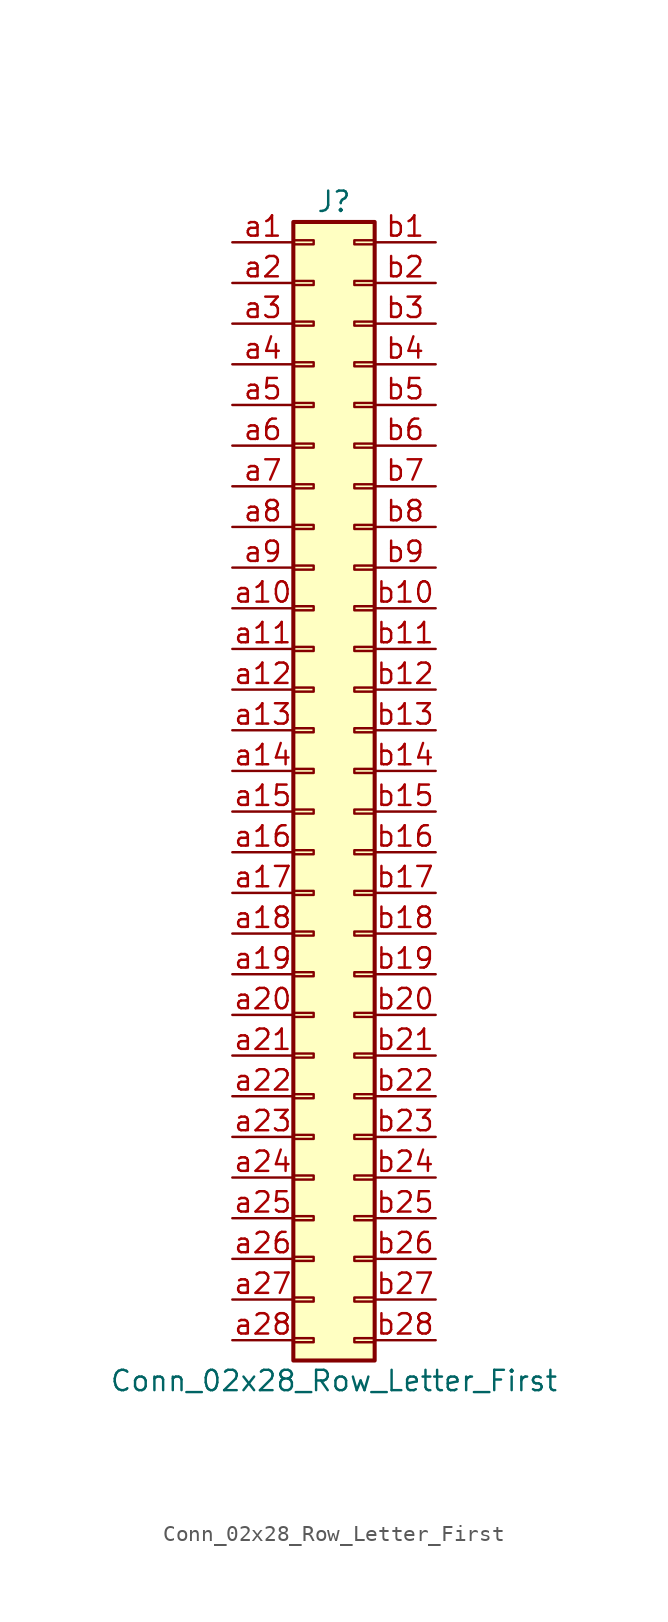
<source format=kicad_sym>
(kicad_symbol_lib
  (version 20211014)
  (generator kicad_symbol_editor)
  (symbol "Conn_02x28_Row_Letter_First"
    (pin_names
      (offset 1.016) hide)
    (property "Reference" "J"
      (at 1.27 35.56 0)
      (effects (font (size 1.27 1.27))))
    (property "Value" "Conn_02x28_Row_Letter_First"
      (at 1.27 -38.1 0)
      (effects (font (size 1.27 1.27))))
    (symbol "Conn_02x28_Row_Letter_First_1_1"
      (rectangle (start -1.27 -35.433) (end 0 -35.687) (stroke (width 0.152) (type default) (color 0 0 0 0)) (fill (type none)))
      (rectangle (start -1.27 -32.893) (end 0 -33.147) (stroke (width 0.152) (type default) (color 0 0 0 0)) (fill (type none)))
      (rectangle (start -1.27 -30.353) (end 0 -30.607) (stroke (width 0.152) (type default) (color 0 0 0 0)) (fill (type none)))
      (rectangle (start -1.27 -27.813) (end 0 -28.067) (stroke (width 0.152) (type default) (color 0 0 0 0)) (fill (type none)))
      (rectangle (start -1.27 -25.273) (end 0 -25.527) (stroke (width 0.152) (type default) (color 0 0 0 0)) (fill (type none)))
      (rectangle (start -1.27 -22.733) (end 0 -22.987) (stroke (width 0.152) (type default) (color 0 0 0 0)) (fill (type none)))
      (rectangle (start -1.27 -20.193) (end 0 -20.447) (stroke (width 0.152) (type default) (color 0 0 0 0)) (fill (type none)))
      (rectangle (start -1.27 -17.653) (end 0 -17.907) (stroke (width 0.152) (type default) (color 0 0 0 0)) (fill (type none)))
      (rectangle (start -1.27 -15.113) (end 0 -15.367) (stroke (width 0.152) (type default) (color 0 0 0 0)) (fill (type none)))
      (rectangle (start -1.27 -12.573) (end 0 -12.827) (stroke (width 0.152) (type default) (color 0 0 0 0)) (fill (type none)))
      (rectangle (start -1.27 -10.033) (end 0 -10.287) (stroke (width 0.152) (type default) (color 0 0 0 0)) (fill (type none)))
      (rectangle (start -1.27 -7.493) (end 0 -7.747) (stroke (width 0.152) (type default) (color 0 0 0 0)) (fill (type none)))
      (rectangle (start -1.27 -4.953) (end 0 -5.207) (stroke (width 0.152) (type default) (color 0 0 0 0)) (fill (type none)))
      (rectangle (start -1.27 -2.413) (end 0 -2.667) (stroke (width 0.152) (type default) (color 0 0 0 0)) (fill (type none)))
      (rectangle (start -1.27 0.127) (end 0 -0.127) (stroke (width 0.152) (type default) (color 0 0 0 0)) (fill (type none)))
      (rectangle (start -1.27 2.667) (end 0 2.413) (stroke (width 0.152) (type default) (color 0 0 0 0)) (fill (type none)))
      (rectangle (start -1.27 5.207) (end 0 4.953) (stroke (width 0.152) (type default) (color 0 0 0 0)) (fill (type none)))
      (rectangle (start -1.27 7.747) (end 0 7.493) (stroke (width 0.152) (type default) (color 0 0 0 0)) (fill (type none)))
      (rectangle (start -1.27 10.287) (end 0 10.033) (stroke (width 0.152) (type default) (color 0 0 0 0)) (fill (type none)))
      (rectangle (start -1.27 12.827) (end 0 12.573) (stroke (width 0.152) (type default) (color 0 0 0 0)) (fill (type none)))
      (rectangle (start -1.27 15.367) (end 0 15.113) (stroke (width 0.152) (type default) (color 0 0 0 0)) (fill (type none)))
      (rectangle (start -1.27 17.907) (end 0 17.653) (stroke (width 0.152) (type default) (color 0 0 0 0)) (fill (type none)))
      (rectangle (start -1.27 20.447) (end 0 20.193) (stroke (width 0.152) (type default) (color 0 0 0 0)) (fill (type none)))
      (rectangle (start -1.27 22.987) (end 0 22.733) (stroke (width 0.152) (type default) (color 0 0 0 0)) (fill (type none)))
      (rectangle (start -1.27 25.527) (end 0 25.273) (stroke (width 0.152) (type default) (color 0 0 0 0)) (fill (type none)))
      (rectangle (start -1.27 28.067) (end 0 27.813) (stroke (width 0.152) (type default) (color 0 0 0 0)) (fill (type none)))
      (rectangle (start -1.27 30.607) (end 0 30.353) (stroke (width 0.152) (type default) (color 0 0 0 0)) (fill (type none)))
      (rectangle (start -1.27 33.147) (end 0 32.893) (stroke (width 0.152) (type default) (color 0 0 0 0)) (fill (type none)))
      (rectangle (start -1.27 34.29) (end 3.81 -36.83) (stroke (width 0.254) (type default) (color 0 0 0 0)) (fill (type background)))
      (rectangle (start 3.81 -35.433) (end 2.54 -35.687) (stroke (width 0.152) (type default) (color 0 0 0 0)) (fill (type none)))
      (rectangle (start 3.81 -32.893) (end 2.54 -33.147) (stroke (width 0.152) (type default) (color 0 0 0 0)) (fill (type none)))
      (rectangle (start 3.81 -30.353) (end 2.54 -30.607) (stroke (width 0.152) (type default) (color 0 0 0 0)) (fill (type none)))
      (rectangle (start 3.81 -27.813) (end 2.54 -28.067) (stroke (width 0.152) (type default) (color 0 0 0 0)) (fill (type none)))
      (rectangle (start 3.81 -25.273) (end 2.54 -25.527) (stroke (width 0.152) (type default) (color 0 0 0 0)) (fill (type none)))
      (rectangle (start 3.81 -22.733) (end 2.54 -22.987) (stroke (width 0.152) (type default) (color 0 0 0 0)) (fill (type none)))
      (rectangle (start 3.81 -20.193) (end 2.54 -20.447) (stroke (width 0.152) (type default) (color 0 0 0 0)) (fill (type none)))
      (rectangle (start 3.81 -17.653) (end 2.54 -17.907) (stroke (width 0.152) (type default) (color 0 0 0 0)) (fill (type none)))
      (rectangle (start 3.81 -15.113) (end 2.54 -15.367) (stroke (width 0.152) (type default) (color 0 0 0 0)) (fill (type none)))
      (rectangle (start 3.81 -12.573) (end 2.54 -12.827) (stroke (width 0.152) (type default) (color 0 0 0 0)) (fill (type none)))
      (rectangle (start 3.81 -10.033) (end 2.54 -10.287) (stroke (width 0.152) (type default) (color 0 0 0 0)) (fill (type none)))
      (rectangle (start 3.81 -7.493) (end 2.54 -7.747) (stroke (width 0.152) (type default) (color 0 0 0 0)) (fill (type none)))
      (rectangle (start 3.81 -4.953) (end 2.54 -5.207) (stroke (width 0.152) (type default) (color 0 0 0 0)) (fill (type none)))
      (rectangle (start 3.81 -2.413) (end 2.54 -2.667) (stroke (width 0.152) (type default) (color 0 0 0 0)) (fill (type none)))
      (rectangle (start 3.81 0.127) (end 2.54 -0.127) (stroke (width 0.152) (type default) (color 0 0 0 0)) (fill (type none)))
      (rectangle (start 3.81 2.667) (end 2.54 2.413) (stroke (width 0.152) (type default) (color 0 0 0 0)) (fill (type none)))
      (rectangle (start 3.81 5.207) (end 2.54 4.953) (stroke (width 0.152) (type default) (color 0 0 0 0)) (fill (type none)))
      (rectangle (start 3.81 7.747) (end 2.54 7.493) (stroke (width 0.152) (type default) (color 0 0 0 0)) (fill (type none)))
      (rectangle (start 3.81 10.287) (end 2.54 10.033) (stroke (width 0.152) (type default) (color 0 0 0 0)) (fill (type none)))
      (rectangle (start 3.81 12.827) (end 2.54 12.573) (stroke (width 0.152) (type default) (color 0 0 0 0)) (fill (type none)))
      (rectangle (start 3.81 15.367) (end 2.54 15.113) (stroke (width 0.152) (type default) (color 0 0 0 0)) (fill (type none)))
      (rectangle (start 3.81 17.907) (end 2.54 17.653) (stroke (width 0.152) (type default) (color 0 0 0 0)) (fill (type none)))
      (rectangle (start 3.81 20.447) (end 2.54 20.193) (stroke (width 0.152) (type default) (color 0 0 0 0)) (fill (type none)))
      (rectangle (start 3.81 22.987) (end 2.54 22.733) (stroke (width 0.152) (type default) (color 0 0 0 0)) (fill (type none)))
      (rectangle (start 3.81 25.527) (end 2.54 25.273) (stroke (width 0.152) (type default) (color 0 0 0 0)) (fill (type none)))
      (rectangle (start 3.81 28.067) (end 2.54 27.813) (stroke (width 0.152) (type default) (color 0 0 0 0)) (fill (type none)))
      (rectangle (start 3.81 30.607) (end 2.54 30.353) (stroke (width 0.152) (type default) (color 0 0 0 0)) (fill (type none)))
      (rectangle (start 3.81 33.147) (end 2.54 32.893) (stroke (width 0.152) (type default) (color 0 0 0 0)) (fill (type none)))
      (pin passive line (at -5.08 33.02 0) (length 3.81) (name "Pin_a1" (effects (font (size 1.27 1.27)))) (number "a1" (effects (font (size 1.27 1.27)))))
      (pin passive line (at -5.08 10.16 0) (length 3.81) (name "Pin_a10" (effects (font (size 1.27 1.27)))) (number "a10" (effects (font (size 1.27 1.27)))))
      (pin passive line (at -5.08 7.62 0) (length 3.81) (name "Pin_a11" (effects (font (size 1.27 1.27)))) (number "a11" (effects (font (size 1.27 1.27)))))
      (pin passive line (at -5.08 5.08 0) (length 3.81) (name "Pin_a12" (effects (font (size 1.27 1.27)))) (number "a12" (effects (font (size 1.27 1.27)))))
      (pin passive line (at -5.08 2.54 0) (length 3.81) (name "Pin_a13" (effects (font (size 1.27 1.27)))) (number "a13" (effects (font (size 1.27 1.27)))))
      (pin passive line (at -5.08 0 0) (length 3.81) (name "Pin_a14" (effects (font (size 1.27 1.27)))) (number "a14" (effects (font (size 1.27 1.27)))))
      (pin passive line (at -5.08 -2.54 0) (length 3.81) (name "Pin_a15" (effects (font (size 1.27 1.27)))) (number "a15" (effects (font (size 1.27 1.27)))))
      (pin passive line (at -5.08 -5.08 0) (length 3.81) (name "Pin_a16" (effects (font (size 1.27 1.27)))) (number "a16" (effects (font (size 1.27 1.27)))))
      (pin passive line (at -5.08 -7.62 0) (length 3.81) (name "Pin_a17" (effects (font (size 1.27 1.27)))) (number "a17" (effects (font (size 1.27 1.27)))))
      (pin passive line (at -5.08 -10.16 0) (length 3.81) (name "Pin_a18" (effects (font (size 1.27 1.27)))) (number "a18" (effects (font (size 1.27 1.27)))))
      (pin passive line (at -5.08 -12.7 0) (length 3.81) (name "Pin_a19" (effects (font (size 1.27 1.27)))) (number "a19" (effects (font (size 1.27 1.27)))))
      (pin passive line (at -5.08 30.48 0) (length 3.81) (name "Pin_a2" (effects (font (size 1.27 1.27)))) (number "a2" (effects (font (size 1.27 1.27)))))
      (pin passive line (at -5.08 -15.24 0) (length 3.81) (name "Pin_a20" (effects (font (size 1.27 1.27)))) (number "a20" (effects (font (size 1.27 1.27)))))
      (pin passive line (at -5.08 -17.78 0) (length 3.81) (name "Pin_a21" (effects (font (size 1.27 1.27)))) (number "a21" (effects (font (size 1.27 1.27)))))
      (pin passive line (at -5.08 -20.32 0) (length 3.81) (name "Pin_a22" (effects (font (size 1.27 1.27)))) (number "a22" (effects (font (size 1.27 1.27)))))
      (pin passive line (at -5.08 -22.86 0) (length 3.81) (name "Pin_a23" (effects (font (size 1.27 1.27)))) (number "a23" (effects (font (size 1.27 1.27)))))
      (pin passive line (at -5.08 -25.4 0) (length 3.81) (name "Pin_a24" (effects (font (size 1.27 1.27)))) (number "a24" (effects (font (size 1.27 1.27)))))
      (pin passive line (at -5.08 -27.94 0) (length 3.81) (name "Pin_a25" (effects (font (size 1.27 1.27)))) (number "a25" (effects (font (size 1.27 1.27)))))
      (pin passive line (at -5.08 -30.48 0) (length 3.81) (name "Pin_a26" (effects (font (size 1.27 1.27)))) (number "a26" (effects (font (size 1.27 1.27)))))
      (pin passive line (at -5.08 -33.02 0) (length 3.81) (name "Pin_a27" (effects (font (size 1.27 1.27)))) (number "a27" (effects (font (size 1.27 1.27)))))
      (pin passive line (at -5.08 -35.56 0) (length 3.81) (name "Pin_a28" (effects (font (size 1.27 1.27)))) (number "a28" (effects (font (size 1.27 1.27)))))
      (pin passive line (at -5.08 27.94 0) (length 3.81) (name "Pin_a3" (effects (font (size 1.27 1.27)))) (number "a3" (effects (font (size 1.27 1.27)))))
      (pin passive line (at -5.08 25.4 0) (length 3.81) (name "Pin_a4" (effects (font (size 1.27 1.27)))) (number "a4" (effects (font (size 1.27 1.27)))))
      (pin passive line (at -5.08 22.86 0) (length 3.81) (name "Pin_a5" (effects (font (size 1.27 1.27)))) (number "a5" (effects (font (size 1.27 1.27)))))
      (pin passive line (at -5.08 20.32 0) (length 3.81) (name "Pin_a6" (effects (font (size 1.27 1.27)))) (number "a6" (effects (font (size 1.27 1.27)))))
      (pin passive line (at -5.08 17.78 0) (length 3.81) (name "Pin_a7" (effects (font (size 1.27 1.27)))) (number "a7" (effects (font (size 1.27 1.27)))))
      (pin passive line (at -5.08 15.24 0) (length 3.81) (name "Pin_a8" (effects (font (size 1.27 1.27)))) (number "a8" (effects (font (size 1.27 1.27)))))
      (pin passive line (at -5.08 12.7 0) (length 3.81) (name "Pin_a9" (effects (font (size 1.27 1.27)))) (number "a9" (effects (font (size 1.27 1.27)))))
      (pin passive line (at 7.62 33.02 180) (length 3.81) (name "Pin_b1" (effects (font (size 1.27 1.27)))) (number "b1" (effects (font (size 1.27 1.27)))))
      (pin passive line (at 7.62 10.16 180) (length 3.81) (name "Pin_b10" (effects (font (size 1.27 1.27)))) (number "b10" (effects (font (size 1.27 1.27)))))
      (pin passive line (at 7.62 7.62 180) (length 3.81) (name "Pin_b11" (effects (font (size 1.27 1.27)))) (number "b11" (effects (font (size 1.27 1.27)))))
      (pin passive line (at 7.62 5.08 180) (length 3.81) (name "Pin_b12" (effects (font (size 1.27 1.27)))) (number "b12" (effects (font (size 1.27 1.27)))))
      (pin passive line (at 7.62 2.54 180) (length 3.81) (name "Pin_b13" (effects (font (size 1.27 1.27)))) (number "b13" (effects (font (size 1.27 1.27)))))
      (pin passive line (at 7.62 0 180) (length 3.81) (name "Pin_b14" (effects (font (size 1.27 1.27)))) (number "b14" (effects (font (size 1.27 1.27)))))
      (pin passive line (at 7.62 -2.54 180) (length 3.81) (name "Pin_b15" (effects (font (size 1.27 1.27)))) (number "b15" (effects (font (size 1.27 1.27)))))
      (pin passive line (at 7.62 -5.08 180) (length 3.81) (name "Pin_b16" (effects (font (size 1.27 1.27)))) (number "b16" (effects (font (size 1.27 1.27)))))
      (pin passive line (at 7.62 -7.62 180) (length 3.81) (name "Pin_b17" (effects (font (size 1.27 1.27)))) (number "b17" (effects (font (size 1.27 1.27)))))
      (pin passive line (at 7.62 -10.16 180) (length 3.81) (name "Pin_b18" (effects (font (size 1.27 1.27)))) (number "b18" (effects (font (size 1.27 1.27)))))
      (pin passive line (at 7.62 -12.7 180) (length 3.81) (name "Pin_b19" (effects (font (size 1.27 1.27)))) (number "b19" (effects (font (size 1.27 1.27)))))
      (pin passive line (at 7.62 30.48 180) (length 3.81) (name "Pin_b2" (effects (font (size 1.27 1.27)))) (number "b2" (effects (font (size 1.27 1.27)))))
      (pin passive line (at 7.62 -15.24 180) (length 3.81) (name "Pin_b20" (effects (font (size 1.27 1.27)))) (number "b20" (effects (font (size 1.27 1.27)))))
      (pin passive line (at 7.62 -17.78 180) (length 3.81) (name "Pin_b21" (effects (font (size 1.27 1.27)))) (number "b21" (effects (font (size 1.27 1.27)))))
      (pin passive line (at 7.62 -20.32 180) (length 3.81) (name "Pin_b22" (effects (font (size 1.27 1.27)))) (number "b22" (effects (font (size 1.27 1.27)))))
      (pin passive line (at 7.62 -22.86 180) (length 3.81) (name "Pin_b23" (effects (font (size 1.27 1.27)))) (number "b23" (effects (font (size 1.27 1.27)))))
      (pin passive line (at 7.62 -25.4 180) (length 3.81) (name "Pin_b24" (effects (font (size 1.27 1.27)))) (number "b24" (effects (font (size 1.27 1.27)))))
      (pin passive line (at 7.62 -27.94 180) (length 3.81) (name "Pin_b25" (effects (font (size 1.27 1.27)))) (number "b25" (effects (font (size 1.27 1.27)))))
      (pin passive line (at 7.62 -30.48 180) (length 3.81) (name "Pin_b26" (effects (font (size 1.27 1.27)))) (number "b26" (effects (font (size 1.27 1.27)))))
      (pin passive line (at 7.62 -33.02 180) (length 3.81) (name "Pin_b27" (effects (font (size 1.27 1.27)))) (number "b27" (effects (font (size 1.27 1.27)))))
      (pin passive line (at 7.62 -35.56 180) (length 3.81) (name "Pin_b28" (effects (font (size 1.27 1.27)))) (number "b28" (effects (font (size 1.27 1.27)))))
      (pin passive line (at 7.62 27.94 180) (length 3.81) (name "Pin_b3" (effects (font (size 1.27 1.27)))) (number "b3" (effects (font (size 1.27 1.27)))))
      (pin passive line (at 7.62 25.4 180) (length 3.81) (name "Pin_b4" (effects (font (size 1.27 1.27)))) (number "b4" (effects (font (size 1.27 1.27)))))
      (pin passive line (at 7.62 22.86 180) (length 3.81) (name "Pin_b5" (effects (font (size 1.27 1.27)))) (number "b5" (effects (font (size 1.27 1.27)))))
      (pin passive line (at 7.62 20.32 180) (length 3.81) (name "Pin_b6" (effects (font (size 1.27 1.27)))) (number "b6" (effects (font (size 1.27 1.27)))))
      (pin passive line (at 7.62 17.78 180) (length 3.81) (name "Pin_b7" (effects (font (size 1.27 1.27)))) (number "b7" (effects (font (size 1.27 1.27)))))
      (pin passive line (at 7.62 15.24 180) (length 3.81) (name "Pin_b8" (effects (font (size 1.27 1.27)))) (number "b8" (effects (font (size 1.27 1.27)))))
      (pin passive line (at 7.62 12.7 180) (length 3.81) (name "Pin_b9" (effects (font (size 1.27 1.27)))) (number "b9" (effects (font (size 1.27 1.27))))))))
</source>
